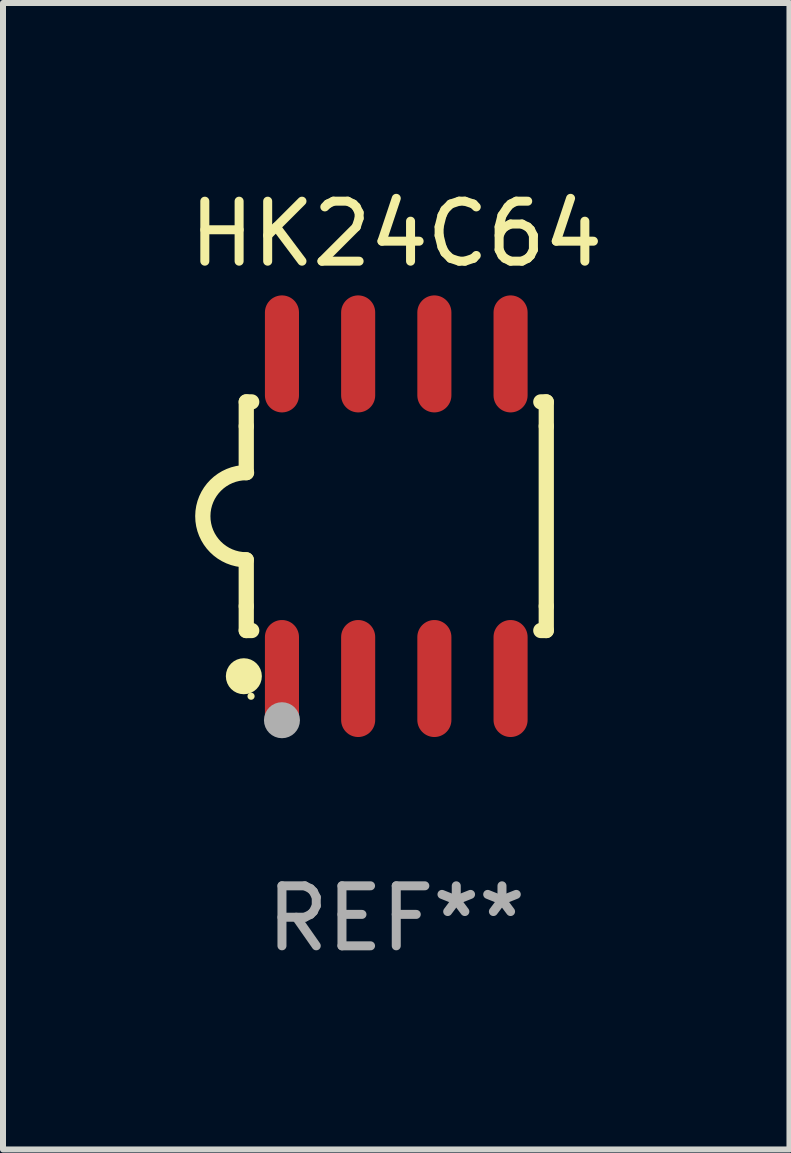
<source format=kicad_pcb>
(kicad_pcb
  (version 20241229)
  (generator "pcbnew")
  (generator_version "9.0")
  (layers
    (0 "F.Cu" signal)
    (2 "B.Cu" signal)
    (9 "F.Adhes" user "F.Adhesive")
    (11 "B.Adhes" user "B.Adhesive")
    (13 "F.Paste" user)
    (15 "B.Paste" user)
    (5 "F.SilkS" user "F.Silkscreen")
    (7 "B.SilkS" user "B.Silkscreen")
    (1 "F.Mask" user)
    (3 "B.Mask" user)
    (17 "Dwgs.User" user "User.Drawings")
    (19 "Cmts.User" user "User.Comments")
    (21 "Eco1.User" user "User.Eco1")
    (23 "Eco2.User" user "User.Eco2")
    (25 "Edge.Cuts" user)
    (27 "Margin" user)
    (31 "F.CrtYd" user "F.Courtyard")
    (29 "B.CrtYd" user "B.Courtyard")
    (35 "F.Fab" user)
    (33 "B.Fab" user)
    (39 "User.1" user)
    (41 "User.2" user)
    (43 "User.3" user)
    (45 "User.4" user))
  (footprint "HK24C64"
    (layer "F.Cu")
    (at 3.554 5.553)
    (property "Reference" "HK24C64" (at 0 -4.705 0) (layer "F.SilkS") (effects (font (size 1 1) (thickness 0.15))))
    (attr through_hole)
    (fp_line (start -2.5 -1.905) (end -2.409 -1.905) (stroke (width 0.254) (type solid)) (layer "F.SilkS"))
    (fp_line (start -2.5 -1.5) (end -2.5 -1.905) (stroke (width 0.254) (type solid)) (layer "F.SilkS"))
    (fp_line (start -2.5 -1.5) (end -2.5 -0.726) (stroke (width 0.254) (type solid)) (layer "F.SilkS"))
    (fp_line (start -2.5 1.5) (end -2.5 0.727) (stroke (width 0.254) (type solid)) (layer "F.SilkS"))
    (fp_line (start -2.5 1.5) (end -2.5 1.905) (stroke (width 0.254) (type solid)) (layer "F.SilkS"))
    (fp_line (start -2.5 1.905) (end -2.409 1.905) (stroke (width 0.254) (type solid)) (layer "F.SilkS"))
    (fp_line (start 2.5 -1.905) (end 2.409 -1.905) (stroke (width 0.254) (type solid)) (layer "F.SilkS"))
    (fp_line (start 2.5 -1.5) (end 2.5 -1.905) (stroke (width 0.254) (type solid)) (layer "F.SilkS"))
    (fp_line (start 2.5 -1.5) (end 2.5 1.5) (stroke (width 0.254) (type solid)) (layer "F.SilkS"))
    (fp_line (start 2.5 1.5) (end 2.5 1.905) (stroke (width 0.254) (type solid)) (layer "F.SilkS"))
    (fp_line (start 2.5 1.905) (end 2.409 1.905) (stroke (width 0.254) (type solid)) (layer "F.SilkS"))
    (fp_arc (start -2.5 0.726568) (mid -3.220316 -0.0023) (end -2.495097 -0.726289) (stroke (width 0.254001) (type solid)) (layer "F.SilkS"))
    (fp_circle (center -2.54 2.667) (end -2.39 2.667) (stroke (width 0.3) (type solid)) (fill no) (layer "F.SilkS"))
    (fp_circle (center -2.42 3) (end -2.39 3) (stroke (width 0.06) (type solid)) (fill no) (layer "F.SilkS"))
    (fp_circle (center -1.905 3.4) (end -1.755 3.4) (stroke (width 0.3) (type solid)) (fill no) (layer "F.Fab"))
    (fp_text user "REF**" (at 0 6.705 0) (layer "F.Fab") (effects (font (size 1 1) (thickness 0.15))))
    (pad "1" smd oval (at -1.905 2.705) (size 0.568 1.95) (layers "F.Cu" "F.Mask" "F.Paste"))
    (pad "2" smd oval (at -0.635 2.705) (size 0.568 1.95) (layers "F.Cu" "F.Mask" "F.Paste"))
    (pad "3" smd oval (at 0.635 2.705) (size 0.568 1.95) (layers "F.Cu" "F.Mask" "F.Paste"))
    (pad "4" smd oval (at 1.905 2.705) (size 0.568 1.95) (layers "F.Cu" "F.Mask" "F.Paste"))
    (pad "5" smd oval (at 1.905 -2.705) (size 0.568 1.95) (layers "F.Cu" "F.Mask" "F.Paste"))
    (pad "6" smd oval (at 0.635 -2.705) (size 0.568 1.95) (layers "F.Cu" "F.Mask" "F.Paste"))
    (pad "7" smd oval (at -0.635 -2.705) (size 0.568 1.95) (layers "F.Cu" "F.Mask" "F.Paste"))
    (pad "8" smd oval (at -1.905 -2.705) (size 0.568 1.95) (layers "F.Cu" "F.Mask" "F.Paste")))
  (gr_rect
    (start -3 -3)
    (end 10.107 16.107)
    (stroke (width 0.1) (type default))
    (fill no)
    (layer "Edge.Cuts")))
</source>
